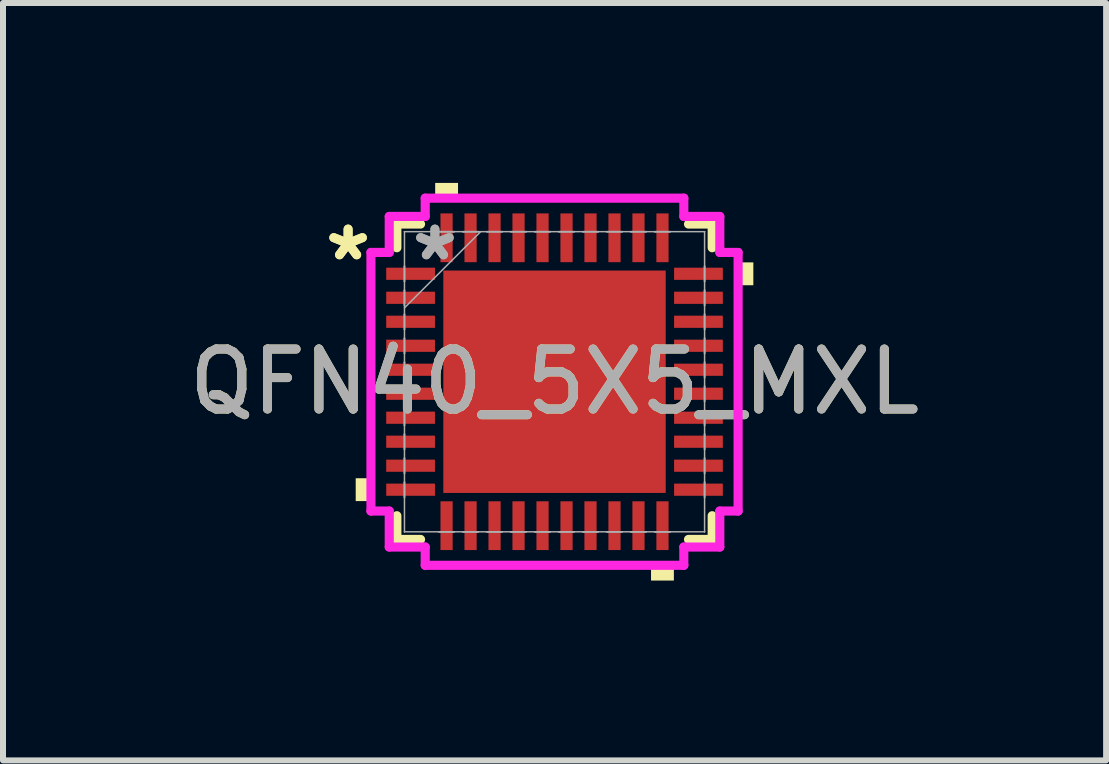
<source format=kicad_pcb>
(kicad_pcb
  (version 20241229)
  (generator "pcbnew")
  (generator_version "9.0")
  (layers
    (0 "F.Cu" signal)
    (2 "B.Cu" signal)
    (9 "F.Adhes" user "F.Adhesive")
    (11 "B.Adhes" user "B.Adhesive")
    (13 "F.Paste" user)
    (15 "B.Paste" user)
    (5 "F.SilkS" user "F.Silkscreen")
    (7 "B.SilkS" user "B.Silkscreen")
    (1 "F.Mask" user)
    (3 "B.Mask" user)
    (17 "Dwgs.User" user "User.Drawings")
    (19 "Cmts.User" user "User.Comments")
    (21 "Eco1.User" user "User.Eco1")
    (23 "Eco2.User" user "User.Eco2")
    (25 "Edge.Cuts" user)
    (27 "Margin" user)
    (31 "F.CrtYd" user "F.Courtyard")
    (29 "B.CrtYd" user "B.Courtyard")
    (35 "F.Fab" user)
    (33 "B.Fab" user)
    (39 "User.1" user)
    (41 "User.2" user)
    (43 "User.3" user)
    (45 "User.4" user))
  (footprint "QFN40_5X5_MXL"
    (layer "F.Cu")
    (at 6.196 3.315)
    (property "Reference" "QFN40_5X5_MXL" (at 0 0 0) (unlocked yes) (layer "F.SilkS") (effects (font (size 1 1) (thickness 0.15))))
    (attr smd)
    (fp_line (start -2.629 -2.629) (end -2.629 -2.234) (stroke (width 0.152) (type solid)) (layer "F.SilkS"))
    (fp_line (start -2.629 2.234) (end -2.629 2.629) (stroke (width 0.152) (type solid)) (layer "F.SilkS"))
    (fp_line (start -2.629 2.629) (end -2.234 2.629) (stroke (width 0.152) (type solid)) (layer "F.SilkS"))
    (fp_line (start -2.234 -2.629) (end -2.629 -2.629) (stroke (width 0.152) (type solid)) (layer "F.SilkS"))
    (fp_line (start 2.234 2.629) (end 2.629 2.629) (stroke (width 0.152) (type solid)) (layer "F.SilkS"))
    (fp_line (start 2.629 -2.629) (end 2.234 -2.629) (stroke (width 0.152) (type solid)) (layer "F.SilkS"))
    (fp_line (start 2.629 -2.234) (end 2.629 -2.629) (stroke (width 0.152) (type solid)) (layer "F.SilkS"))
    (fp_line (start 2.629 2.629) (end 2.629 2.234) (stroke (width 0.152) (type solid)) (layer "F.SilkS"))
    (fp_poly (pts (xy -3.315 1.609) (xy -3.315 1.99) (xy -3.061 1.99) (xy -3.061 1.609)) (stroke (width 0) (type solid)) (fill yes) (layer "F.SilkS"))
    (fp_poly (pts (xy -1.99 -3.061) (xy -1.99 -3.315) (xy -1.609 -3.315) (xy -1.609 -3.061)) (stroke (width 0) (type solid)) (fill yes) (layer "F.SilkS"))
    (fp_poly (pts (xy 1.609 3.061) (xy 1.609 3.315) (xy 1.99 3.315) (xy 1.99 3.061)) (stroke (width 0) (type solid)) (fill yes) (layer "F.SilkS"))
    (fp_poly (pts (xy 3.315 -1.99) (xy 3.315 -1.609) (xy 3.061 -1.609) (xy 3.061 -1.99)) (stroke (width 0) (type solid)) (fill yes) (layer "F.SilkS"))
    (fp_poly (pts (xy -1.754 -1.754) (xy -1.754 -0.1) (xy -0.1 -0.1) (xy -0.1 -1.754)) (stroke (width 0) (type solid)) (fill yes) (layer "F.Paste"))
    (fp_poly (pts (xy -1.754 0.1) (xy -1.754 1.754) (xy -0.1 1.754) (xy -0.1 0.1)) (stroke (width 0) (type solid)) (fill yes) (layer "F.Paste"))
    (fp_poly (pts (xy 0.1 -1.754) (xy 0.1 -0.1) (xy 1.754 -0.1) (xy 1.754 -1.754)) (stroke (width 0) (type solid)) (fill yes) (layer "F.Paste"))
    (fp_poly (pts (xy 0.1 0.1) (xy 0.1 1.754) (xy 1.754 1.754) (xy 1.754 0.1)) (stroke (width 0) (type solid)) (fill yes) (layer "F.Paste"))
    (fp_line (start -3.061 -2.156) (end -2.756 -2.156) (stroke (width 0.152) (type solid)) (layer "F.CrtYd"))
    (fp_line (start -3.061 2.156) (end -3.061 -2.156) (stroke (width 0.152) (type solid)) (layer "F.CrtYd"))
    (fp_line (start -2.756 -2.756) (end -2.156 -2.756) (stroke (width 0.152) (type solid)) (layer "F.CrtYd"))
    (fp_line (start -2.756 -2.156) (end -2.756 -2.756) (stroke (width 0.152) (type solid)) (layer "F.CrtYd"))
    (fp_line (start -2.756 2.156) (end -3.061 2.156) (stroke (width 0.152) (type solid)) (layer "F.CrtYd"))
    (fp_line (start -2.756 2.756) (end -2.756 2.156) (stroke (width 0.152) (type solid)) (layer "F.CrtYd"))
    (fp_line (start -2.156 -3.061) (end 2.156 -3.061) (stroke (width 0.152) (type solid)) (layer "F.CrtYd"))
    (fp_line (start -2.156 -2.756) (end -2.156 -3.061) (stroke (width 0.152) (type solid)) (layer "F.CrtYd"))
    (fp_line (start -2.156 2.756) (end -2.756 2.756) (stroke (width 0.152) (type solid)) (layer "F.CrtYd"))
    (fp_line (start -2.156 3.061) (end -2.156 2.756) (stroke (width 0.152) (type solid)) (layer "F.CrtYd"))
    (fp_line (start 2.156 -3.061) (end 2.156 -2.756) (stroke (width 0.152) (type solid)) (layer "F.CrtYd"))
    (fp_line (start 2.156 -2.756) (end 2.756 -2.756) (stroke (width 0.152) (type solid)) (layer "F.CrtYd"))
    (fp_line (start 2.156 2.756) (end 2.156 3.061) (stroke (width 0.152) (type solid)) (layer "F.CrtYd"))
    (fp_line (start 2.156 3.061) (end -2.156 3.061) (stroke (width 0.152) (type solid)) (layer "F.CrtYd"))
    (fp_line (start 2.756 -2.756) (end 2.756 -2.156) (stroke (width 0.152) (type solid)) (layer "F.CrtYd"))
    (fp_line (start 2.756 -2.156) (end 3.061 -2.156) (stroke (width 0.152) (type solid)) (layer "F.CrtYd"))
    (fp_line (start 2.756 2.156) (end 2.756 2.756) (stroke (width 0.152) (type solid)) (layer "F.CrtYd"))
    (fp_line (start 2.756 2.756) (end 2.156 2.756) (stroke (width 0.152) (type solid)) (layer "F.CrtYd"))
    (fp_line (start 3.061 -2.156) (end 3.061 2.156) (stroke (width 0.152) (type solid)) (layer "F.CrtYd"))
    (fp_line (start 3.061 2.156) (end 2.756 2.156) (stroke (width 0.152) (type solid)) (layer "F.CrtYd"))
    (fp_line (start -2.502 -2.502) (end -2.502 -2.502) (stroke (width 0.025) (type solid)) (layer "F.Fab"))
    (fp_line (start -2.502 -2.502) (end -2.502 2.502) (stroke (width 0.025) (type solid)) (layer "F.Fab"))
    (fp_line (start -2.502 -1.927) (end -2.502 -1.927) (stroke (width 0.025) (type solid)) (layer "F.Fab"))
    (fp_line (start -2.502 -1.927) (end -2.502 -1.673) (stroke (width 0.025) (type solid)) (layer "F.Fab"))
    (fp_line (start -2.502 -1.673) (end -2.502 -1.927) (stroke (width 0.025) (type solid)) (layer "F.Fab"))
    (fp_line (start -2.502 -1.673) (end -2.502 -1.673) (stroke (width 0.025) (type solid)) (layer "F.Fab"))
    (fp_line (start -2.502 -1.527) (end -2.502 -1.527) (stroke (width 0.025) (type solid)) (layer "F.Fab"))
    (fp_line (start -2.502 -1.527) (end -2.502 -1.273) (stroke (width 0.025) (type solid)) (layer "F.Fab"))
    (fp_line (start -2.502 -1.273) (end -2.502 -1.527) (stroke (width 0.025) (type solid)) (layer "F.Fab"))
    (fp_line (start -2.502 -1.273) (end -2.502 -1.273) (stroke (width 0.025) (type solid)) (layer "F.Fab"))
    (fp_line (start -2.502 -1.232) (end -1.232 -2.502) (stroke (width 0.025) (type solid)) (layer "F.Fab"))
    (fp_line (start -2.502 -1.127) (end -2.502 -1.127) (stroke (width 0.025) (type solid)) (layer "F.Fab"))
    (fp_line (start -2.502 -1.127) (end -2.502 -0.873) (stroke (width 0.025) (type solid)) (layer "F.Fab"))
    (fp_line (start -2.502 -0.873) (end -2.502 -1.127) (stroke (width 0.025) (type solid)) (layer "F.Fab"))
    (fp_line (start -2.502 -0.873) (end -2.502 -0.873) (stroke (width 0.025) (type solid)) (layer "F.Fab"))
    (fp_line (start -2.502 -0.727) (end -2.502 -0.727) (stroke (width 0.025) (type solid)) (layer "F.Fab"))
    (fp_line (start -2.502 -0.727) (end -2.502 -0.473) (stroke (width 0.025) (type solid)) (layer "F.Fab"))
    (fp_line (start -2.502 -0.473) (end -2.502 -0.727) (stroke (width 0.025) (type solid)) (layer "F.Fab"))
    (fp_line (start -2.502 -0.473) (end -2.502 -0.473) (stroke (width 0.025) (type solid)) (layer "F.Fab"))
    (fp_line (start -2.502 -0.327) (end -2.502 -0.327) (stroke (width 0.025) (type solid)) (layer "F.Fab"))
    (fp_line (start -2.502 -0.327) (end -2.502 -0.073) (stroke (width 0.025) (type solid)) (layer "F.Fab"))
    (fp_line (start -2.502 -0.073) (end -2.502 -0.327) (stroke (width 0.025) (type solid)) (layer "F.Fab"))
    (fp_line (start -2.502 -0.073) (end -2.502 -0.073) (stroke (width 0.025) (type solid)) (layer "F.Fab"))
    (fp_line (start -2.502 0.073) (end -2.502 0.073) (stroke (width 0.025) (type solid)) (layer "F.Fab"))
    (fp_line (start -2.502 0.073) (end -2.502 0.327) (stroke (width 0.025) (type solid)) (layer "F.Fab"))
    (fp_line (start -2.502 0.327) (end -2.502 0.073) (stroke (width 0.025) (type solid)) (layer "F.Fab"))
    (fp_line (start -2.502 0.327) (end -2.502 0.327) (stroke (width 0.025) (type solid)) (layer "F.Fab"))
    (fp_line (start -2.502 0.473) (end -2.502 0.473) (stroke (width 0.025) (type solid)) (layer "F.Fab"))
    (fp_line (start -2.502 0.473) (end -2.502 0.727) (stroke (width 0.025) (type solid)) (layer "F.Fab"))
    (fp_line (start -2.502 0.727) (end -2.502 0.473) (stroke (width 0.025) (type solid)) (layer "F.Fab"))
    (fp_line (start -2.502 0.727) (end -2.502 0.727) (stroke (width 0.025) (type solid)) (layer "F.Fab"))
    (fp_line (start -2.502 0.873) (end -2.502 0.873) (stroke (width 0.025) (type solid)) (layer "F.Fab"))
    (fp_line (start -2.502 0.873) (end -2.502 1.127) (stroke (width 0.025) (type solid)) (layer "F.Fab"))
    (fp_line (start -2.502 1.127) (end -2.502 0.873) (stroke (width 0.025) (type solid)) (layer "F.Fab"))
    (fp_line (start -2.502 1.127) (end -2.502 1.127) (stroke (width 0.025) (type solid)) (layer "F.Fab"))
    (fp_line (start -2.502 1.273) (end -2.502 1.273) (stroke (width 0.025) (type solid)) (layer "F.Fab"))
    (fp_line (start -2.502 1.273) (end -2.502 1.527) (stroke (width 0.025) (type solid)) (layer "F.Fab"))
    (fp_line (start -2.502 1.527) (end -2.502 1.273) (stroke (width 0.025) (type solid)) (layer "F.Fab"))
    (fp_line (start -2.502 1.527) (end -2.502 1.527) (stroke (width 0.025) (type solid)) (layer "F.Fab"))
    (fp_line (start -2.502 1.673) (end -2.502 1.673) (stroke (width 0.025) (type solid)) (layer "F.Fab"))
    (fp_line (start -2.502 1.673) (end -2.502 1.927) (stroke (width 0.025) (type solid)) (layer "F.Fab"))
    (fp_line (start -2.502 1.927) (end -2.502 1.673) (stroke (width 0.025) (type solid)) (layer "F.Fab"))
    (fp_line (start -2.502 1.927) (end -2.502 1.927) (stroke (width 0.025) (type solid)) (layer "F.Fab"))
    (fp_line (start -2.502 2.502) (end -2.502 2.502) (stroke (width 0.025) (type solid)) (layer "F.Fab"))
    (fp_line (start -2.502 2.502) (end 2.502 2.502) (stroke (width 0.025) (type solid)) (layer "F.Fab"))
    (fp_line (start -1.927 -2.502) (end -1.927 -2.502) (stroke (width 0.025) (type solid)) (layer "F.Fab"))
    (fp_line (start -1.927 -2.502) (end -1.673 -2.502) (stroke (width 0.025) (type solid)) (layer "F.Fab"))
    (fp_line (start -1.927 2.502) (end -1.927 2.502) (stroke (width 0.025) (type solid)) (layer "F.Fab"))
    (fp_line (start -1.927 2.502) (end -1.673 2.502) (stroke (width 0.025) (type solid)) (layer "F.Fab"))
    (fp_line (start -1.673 -2.502) (end -1.927 -2.502) (stroke (width 0.025) (type solid)) (layer "F.Fab"))
    (fp_line (start -1.673 -2.502) (end -1.673 -2.502) (stroke (width 0.025) (type solid)) (layer "F.Fab"))
    (fp_line (start -1.673 2.502) (end -1.927 2.502) (stroke (width 0.025) (type solid)) (layer "F.Fab"))
    (fp_line (start -1.673 2.502) (end -1.673 2.502) (stroke (width 0.025) (type solid)) (layer "F.Fab"))
    (fp_line (start -1.527 -2.502) (end -1.527 -2.502) (stroke (width 0.025) (type solid)) (layer "F.Fab"))
    (fp_line (start -1.527 -2.502) (end -1.273 -2.502) (stroke (width 0.025) (type solid)) (layer "F.Fab"))
    (fp_line (start -1.527 2.502) (end -1.527 2.502) (stroke (width 0.025) (type solid)) (layer "F.Fab"))
    (fp_line (start -1.527 2.502) (end -1.273 2.502) (stroke (width 0.025) (type solid)) (layer "F.Fab"))
    (fp_line (start -1.273 -2.502) (end -1.527 -2.502) (stroke (width 0.025) (type solid)) (layer "F.Fab"))
    (fp_line (start -1.273 -2.502) (end -1.273 -2.502) (stroke (width 0.025) (type solid)) (layer "F.Fab"))
    (fp_line (start -1.273 2.502) (end -1.527 2.502) (stroke (width 0.025) (type solid)) (layer "F.Fab"))
    (fp_line (start -1.273 2.502) (end -1.273 2.502) (stroke (width 0.025) (type solid)) (layer "F.Fab"))
    (fp_line (start -1.127 -2.502) (end -1.127 -2.502) (stroke (width 0.025) (type solid)) (layer "F.Fab"))
    (fp_line (start -1.127 -2.502) (end -0.873 -2.502) (stroke (width 0.025) (type solid)) (layer "F.Fab"))
    (fp_line (start -1.127 2.502) (end -1.127 2.502) (stroke (width 0.025) (type solid)) (layer "F.Fab"))
    (fp_line (start -1.127 2.502) (end -0.873 2.502) (stroke (width 0.025) (type solid)) (layer "F.Fab"))
    (fp_line (start -0.873 -2.502) (end -1.127 -2.502) (stroke (width 0.025) (type solid)) (layer "F.Fab"))
    (fp_line (start -0.873 -2.502) (end -0.873 -2.502) (stroke (width 0.025) (type solid)) (layer "F.Fab"))
    (fp_line (start -0.873 2.502) (end -1.127 2.502) (stroke (width 0.025) (type solid)) (layer "F.Fab"))
    (fp_line (start -0.873 2.502) (end -0.873 2.502) (stroke (width 0.025) (type solid)) (layer "F.Fab"))
    (fp_line (start -0.727 -2.502) (end -0.727 -2.502) (stroke (width 0.025) (type solid)) (layer "F.Fab"))
    (fp_line (start -0.727 -2.502) (end -0.473 -2.502) (stroke (width 0.025) (type solid)) (layer "F.Fab"))
    (fp_line (start -0.727 2.502) (end -0.727 2.502) (stroke (width 0.025) (type solid)) (layer "F.Fab"))
    (fp_line (start -0.727 2.502) (end -0.473 2.502) (stroke (width 0.025) (type solid)) (layer "F.Fab"))
    (fp_line (start -0.473 -2.502) (end -0.727 -2.502) (stroke (width 0.025) (type solid)) (layer "F.Fab"))
    (fp_line (start -0.473 -2.502) (end -0.473 -2.502) (stroke (width 0.025) (type solid)) (layer "F.Fab"))
    (fp_line (start -0.473 2.502) (end -0.727 2.502) (stroke (width 0.025) (type solid)) (layer "F.Fab"))
    (fp_line (start -0.473 2.502) (end -0.473 2.502) (stroke (width 0.025) (type solid)) (layer "F.Fab"))
    (fp_line (start -0.327 -2.502) (end -0.327 -2.502) (stroke (width 0.025) (type solid)) (layer "F.Fab"))
    (fp_line (start -0.327 -2.502) (end -0.073 -2.502) (stroke (width 0.025) (type solid)) (layer "F.Fab"))
    (fp_line (start -0.327 2.502) (end -0.327 2.502) (stroke (width 0.025) (type solid)) (layer "F.Fab"))
    (fp_line (start -0.327 2.502) (end -0.073 2.502) (stroke (width 0.025) (type solid)) (layer "F.Fab"))
    (fp_line (start -0.073 -2.502) (end -0.327 -2.502) (stroke (width 0.025) (type solid)) (layer "F.Fab"))
    (fp_line (start -0.073 -2.502) (end -0.073 -2.502) (stroke (width 0.025) (type solid)) (layer "F.Fab"))
    (fp_line (start -0.073 2.502) (end -0.327 2.502) (stroke (width 0.025) (type solid)) (layer "F.Fab"))
    (fp_line (start -0.073 2.502) (end -0.073 2.502) (stroke (width 0.025) (type solid)) (layer "F.Fab"))
    (fp_line (start 0.073 -2.502) (end 0.073 -2.502) (stroke (width 0.025) (type solid)) (layer "F.Fab"))
    (fp_line (start 0.073 -2.502) (end 0.327 -2.502) (stroke (width 0.025) (type solid)) (layer "F.Fab"))
    (fp_line (start 0.073 2.502) (end 0.073 2.502) (stroke (width 0.025) (type solid)) (layer "F.Fab"))
    (fp_line (start 0.073 2.502) (end 0.327 2.502) (stroke (width 0.025) (type solid)) (layer "F.Fab"))
    (fp_line (start 0.327 -2.502) (end 0.073 -2.502) (stroke (width 0.025) (type solid)) (layer "F.Fab"))
    (fp_line (start 0.327 -2.502) (end 0.327 -2.502) (stroke (width 0.025) (type solid)) (layer "F.Fab"))
    (fp_line (start 0.327 2.502) (end 0.073 2.502) (stroke (width 0.025) (type solid)) (layer "F.Fab"))
    (fp_line (start 0.327 2.502) (end 0.327 2.502) (stroke (width 0.025) (type solid)) (layer "F.Fab"))
    (fp_line (start 0.473 -2.502) (end 0.473 -2.502) (stroke (width 0.025) (type solid)) (layer "F.Fab"))
    (fp_line (start 0.473 -2.502) (end 0.727 -2.502) (stroke (width 0.025) (type solid)) (layer "F.Fab"))
    (fp_line (start 0.473 2.502) (end 0.473 2.502) (stroke (width 0.025) (type solid)) (layer "F.Fab"))
    (fp_line (start 0.473 2.502) (end 0.727 2.502) (stroke (width 0.025) (type solid)) (layer "F.Fab"))
    (fp_line (start 0.727 -2.502) (end 0.473 -2.502) (stroke (width 0.025) (type solid)) (layer "F.Fab"))
    (fp_line (start 0.727 -2.502) (end 0.727 -2.502) (stroke (width 0.025) (type solid)) (layer "F.Fab"))
    (fp_line (start 0.727 2.502) (end 0.473 2.502) (stroke (width 0.025) (type solid)) (layer "F.Fab"))
    (fp_line (start 0.727 2.502) (end 0.727 2.502) (stroke (width 0.025) (type solid)) (layer "F.Fab"))
    (fp_line (start 0.873 -2.502) (end 0.873 -2.502) (stroke (width 0.025) (type solid)) (layer "F.Fab"))
    (fp_line (start 0.873 -2.502) (end 1.127 -2.502) (stroke (width 0.025) (type solid)) (layer "F.Fab"))
    (fp_line (start 0.873 2.502) (end 0.873 2.502) (stroke (width 0.025) (type solid)) (layer "F.Fab"))
    (fp_line (start 0.873 2.502) (end 1.127 2.502) (stroke (width 0.025) (type solid)) (layer "F.Fab"))
    (fp_line (start 1.127 -2.502) (end 0.873 -2.502) (stroke (width 0.025) (type solid)) (layer "F.Fab"))
    (fp_line (start 1.127 -2.502) (end 1.127 -2.502) (stroke (width 0.025) (type solid)) (layer "F.Fab"))
    (fp_line (start 1.127 2.502) (end 0.873 2.502) (stroke (width 0.025) (type solid)) (layer "F.Fab"))
    (fp_line (start 1.127 2.502) (end 1.127 2.502) (stroke (width 0.025) (type solid)) (layer "F.Fab"))
    (fp_line (start 1.273 -2.502) (end 1.273 -2.502) (stroke (width 0.025) (type solid)) (layer "F.Fab"))
    (fp_line (start 1.273 -2.502) (end 1.527 -2.502) (stroke (width 0.025) (type solid)) (layer "F.Fab"))
    (fp_line (start 1.273 2.502) (end 1.273 2.502) (stroke (width 0.025) (type solid)) (layer "F.Fab"))
    (fp_line (start 1.273 2.502) (end 1.527 2.502) (stroke (width 0.025) (type solid)) (layer "F.Fab"))
    (fp_line (start 1.527 -2.502) (end 1.273 -2.502) (stroke (width 0.025) (type solid)) (layer "F.Fab"))
    (fp_line (start 1.527 -2.502) (end 1.527 -2.502) (stroke (width 0.025) (type solid)) (layer "F.Fab"))
    (fp_line (start 1.527 2.502) (end 1.273 2.502) (stroke (width 0.025) (type solid)) (layer "F.Fab"))
    (fp_line (start 1.527 2.502) (end 1.527 2.502) (stroke (width 0.025) (type solid)) (layer "F.Fab"))
    (fp_line (start 1.673 -2.502) (end 1.673 -2.502) (stroke (width 0.025) (type solid)) (layer "F.Fab"))
    (fp_line (start 1.673 -2.502) (end 1.927 -2.502) (stroke (width 0.025) (type solid)) (layer "F.Fab"))
    (fp_line (start 1.673 2.502) (end 1.673 2.502) (stroke (width 0.025) (type solid)) (layer "F.Fab"))
    (fp_line (start 1.673 2.502) (end 1.927 2.502) (stroke (width 0.025) (type solid)) (layer "F.Fab"))
    (fp_line (start 1.927 -2.502) (end 1.673 -2.502) (stroke (width 0.025) (type solid)) (layer "F.Fab"))
    (fp_line (start 1.927 -2.502) (end 1.927 -2.502) (stroke (width 0.025) (type solid)) (layer "F.Fab"))
    (fp_line (start 1.927 2.502) (end 1.673 2.502) (stroke (width 0.025) (type solid)) (layer "F.Fab"))
    (fp_line (start 1.927 2.502) (end 1.927 2.502) (stroke (width 0.025) (type solid)) (layer "F.Fab"))
    (fp_line (start 2.502 -2.502) (end -2.502 -2.502) (stroke (width 0.025) (type solid)) (layer "F.Fab"))
    (fp_line (start 2.502 -2.502) (end 2.502 -2.502) (stroke (width 0.025) (type solid)) (layer "F.Fab"))
    (fp_line (start 2.502 -1.927) (end 2.502 -1.927) (stroke (width 0.025) (type solid)) (layer "F.Fab"))
    (fp_line (start 2.502 -1.927) (end 2.502 -1.673) (stroke (width 0.025) (type solid)) (layer "F.Fab"))
    (fp_line (start 2.502 -1.673) (end 2.502 -1.927) (stroke (width 0.025) (type solid)) (layer "F.Fab"))
    (fp_line (start 2.502 -1.673) (end 2.502 -1.673) (stroke (width 0.025) (type solid)) (layer "F.Fab"))
    (fp_line (start 2.502 -1.527) (end 2.502 -1.527) (stroke (width 0.025) (type solid)) (layer "F.Fab"))
    (fp_line (start 2.502 -1.527) (end 2.502 -1.273) (stroke (width 0.025) (type solid)) (layer "F.Fab"))
    (fp_line (start 2.502 -1.273) (end 2.502 -1.527) (stroke (width 0.025) (type solid)) (layer "F.Fab"))
    (fp_line (start 2.502 -1.273) (end 2.502 -1.273) (stroke (width 0.025) (type solid)) (layer "F.Fab"))
    (fp_line (start 2.502 -1.127) (end 2.502 -1.127) (stroke (width 0.025) (type solid)) (layer "F.Fab"))
    (fp_line (start 2.502 -1.127) (end 2.502 -0.873) (stroke (width 0.025) (type solid)) (layer "F.Fab"))
    (fp_line (start 2.502 -0.873) (end 2.502 -1.127) (stroke (width 0.025) (type solid)) (layer "F.Fab"))
    (fp_line (start 2.502 -0.873) (end 2.502 -0.873) (stroke (width 0.025) (type solid)) (layer "F.Fab"))
    (fp_line (start 2.502 -0.727) (end 2.502 -0.727) (stroke (width 0.025) (type solid)) (layer "F.Fab"))
    (fp_line (start 2.502 -0.727) (end 2.502 -0.473) (stroke (width 0.025) (type solid)) (layer "F.Fab"))
    (fp_line (start 2.502 -0.473) (end 2.502 -0.727) (stroke (width 0.025) (type solid)) (layer "F.Fab"))
    (fp_line (start 2.502 -0.473) (end 2.502 -0.473) (stroke (width 0.025) (type solid)) (layer "F.Fab"))
    (fp_line (start 2.502 -0.327) (end 2.502 -0.327) (stroke (width 0.025) (type solid)) (layer "F.Fab"))
    (fp_line (start 2.502 -0.327) (end 2.502 -0.073) (stroke (width 0.025) (type solid)) (layer "F.Fab"))
    (fp_line (start 2.502 -0.073) (end 2.502 -0.327) (stroke (width 0.025) (type solid)) (layer "F.Fab"))
    (fp_line (start 2.502 -0.073) (end 2.502 -0.073) (stroke (width 0.025) (type solid)) (layer "F.Fab"))
    (fp_line (start 2.502 0.073) (end 2.502 0.073) (stroke (width 0.025) (type solid)) (layer "F.Fab"))
    (fp_line (start 2.502 0.073) (end 2.502 0.327) (stroke (width 0.025) (type solid)) (layer "F.Fab"))
    (fp_line (start 2.502 0.327) (end 2.502 0.073) (stroke (width 0.025) (type solid)) (layer "F.Fab"))
    (fp_line (start 2.502 0.327) (end 2.502 0.327) (stroke (width 0.025) (type solid)) (layer "F.Fab"))
    (fp_line (start 2.502 0.473) (end 2.502 0.473) (stroke (width 0.025) (type solid)) (layer "F.Fab"))
    (fp_line (start 2.502 0.473) (end 2.502 0.727) (stroke (width 0.025) (type solid)) (layer "F.Fab"))
    (fp_line (start 2.502 0.727) (end 2.502 0.473) (stroke (width 0.025) (type solid)) (layer "F.Fab"))
    (fp_line (start 2.502 0.727) (end 2.502 0.727) (stroke (width 0.025) (type solid)) (layer "F.Fab"))
    (fp_line (start 2.502 0.873) (end 2.502 0.873) (stroke (width 0.025) (type solid)) (layer "F.Fab"))
    (fp_line (start 2.502 0.873) (end 2.502 1.127) (stroke (width 0.025) (type solid)) (layer "F.Fab"))
    (fp_line (start 2.502 1.127) (end 2.502 0.873) (stroke (width 0.025) (type solid)) (layer "F.Fab"))
    (fp_line (start 2.502 1.127) (end 2.502 1.127) (stroke (width 0.025) (type solid)) (layer "F.Fab"))
    (fp_line (start 2.502 1.273) (end 2.502 1.273) (stroke (width 0.025) (type solid)) (layer "F.Fab"))
    (fp_line (start 2.502 1.273) (end 2.502 1.527) (stroke (width 0.025) (type solid)) (layer "F.Fab"))
    (fp_line (start 2.502 1.527) (end 2.502 1.273) (stroke (width 0.025) (type solid)) (layer "F.Fab"))
    (fp_line (start 2.502 1.527) (end 2.502 1.527) (stroke (width 0.025) (type solid)) (layer "F.Fab"))
    (fp_line (start 2.502 1.673) (end 2.502 1.673) (stroke (width 0.025) (type solid)) (layer "F.Fab"))
    (fp_line (start 2.502 1.673) (end 2.502 1.927) (stroke (width 0.025) (type solid)) (layer "F.Fab"))
    (fp_line (start 2.502 1.927) (end 2.502 1.673) (stroke (width 0.025) (type solid)) (layer "F.Fab"))
    (fp_line (start 2.502 1.927) (end 2.502 1.927) (stroke (width 0.025) (type solid)) (layer "F.Fab"))
    (fp_line (start 2.502 2.502) (end 2.502 -2.502) (stroke (width 0.025) (type solid)) (layer "F.Fab"))
    (fp_line (start 2.502 2.502) (end 2.502 2.502) (stroke (width 0.025) (type solid)) (layer "F.Fab"))
    (fp_text user "*" (at -3.442 -2 0) (unlocked yes) (layer "F.SilkS") (effects (font (size 1 1) (thickness 0.15))))
    (fp_text user "*" (at -3.442 -2 0) (layer "F.SilkS") (effects (font (size 1 1) (thickness 0.15))))
    (fp_text user "*" (at -1.994 -2 0) (unlocked yes) (layer "F.Fab") (effects (font (size 1 1) (thickness 0.15))))
    (fp_text user "${REFERENCE}" (at 0 0 0) (unlocked yes) (layer "F.Fab") (effects (font (size 1 1) (thickness 0.15))))
    (fp_text user "*" (at -1.994 -2 0) (layer "F.Fab") (effects (font (size 1 1) (thickness 0.15))))
    (pad "1" smd rect (at -2.4 -1.8 90) (size 0.203 0.813) (layers "F.Cu" "F.Mask" "F.Paste"))
    (pad "2" smd rect (at -2.4 -1.4 90) (size 0.203 0.813) (layers "F.Cu" "F.Mask" "F.Paste"))
    (pad "3" smd rect (at -2.4 -1 90) (size 0.203 0.813) (layers "F.Cu" "F.Mask" "F.Paste"))
    (pad "4" smd rect (at -2.4 -0.6 90) (size 0.203 0.813) (layers "F.Cu" "F.Mask" "F.Paste"))
    (pad "5" smd rect (at -2.4 -0.2 90) (size 0.203 0.813) (layers "F.Cu" "F.Mask" "F.Paste"))
    (pad "6" smd rect (at -2.4 0.2 90) (size 0.203 0.813) (layers "F.Cu" "F.Mask" "F.Paste"))
    (pad "7" smd rect (at -2.4 0.6 90) (size 0.203 0.813) (layers "F.Cu" "F.Mask" "F.Paste"))
    (pad "8" smd rect (at -2.4 1 90) (size 0.203 0.813) (layers "F.Cu" "F.Mask" "F.Paste"))
    (pad "9" smd rect (at -2.4 1.4 90) (size 0.203 0.813) (layers "F.Cu" "F.Mask" "F.Paste"))
    (pad "10" smd rect (at -2.4 1.8 90) (size 0.203 0.813) (layers "F.Cu" "F.Mask" "F.Paste"))
    (pad "11" smd rect (at -1.8 2.4) (size 0.203 0.813) (layers "F.Cu" "F.Mask" "F.Paste"))
    (pad "12" smd rect (at -1.4 2.4) (size 0.203 0.813) (layers "F.Cu" "F.Mask" "F.Paste"))
    (pad "13" smd rect (at -1 2.4) (size 0.203 0.813) (layers "F.Cu" "F.Mask" "F.Paste"))
    (pad "14" smd rect (at -0.6 2.4) (size 0.203 0.813) (layers "F.Cu" "F.Mask" "F.Paste"))
    (pad "15" smd rect (at -0.2 2.4) (size 0.203 0.813) (layers "F.Cu" "F.Mask" "F.Paste"))
    (pad "16" smd rect (at 0.2 2.4) (size 0.203 0.813) (layers "F.Cu" "F.Mask" "F.Paste"))
    (pad "17" smd rect (at 0.6 2.4) (size 0.203 0.813) (layers "F.Cu" "F.Mask" "F.Paste"))
    (pad "18" smd rect (at 1 2.4) (size 0.203 0.813) (layers "F.Cu" "F.Mask" "F.Paste"))
    (pad "19" smd rect (at 1.4 2.4) (size 0.203 0.813) (layers "F.Cu" "F.Mask" "F.Paste"))
    (pad "20" smd rect (at 1.8 2.4) (size 0.203 0.813) (layers "F.Cu" "F.Mask" "F.Paste"))
    (pad "21" smd rect (at 2.4 1.8 90) (size 0.203 0.813) (layers "F.Cu" "F.Mask" "F.Paste"))
    (pad "22" smd rect (at 2.4 1.4 90) (size 0.203 0.813) (layers "F.Cu" "F.Mask" "F.Paste"))
    (pad "23" smd rect (at 2.4 1 90) (size 0.203 0.813) (layers "F.Cu" "F.Mask" "F.Paste"))
    (pad "24" smd rect (at 2.4 0.6 90) (size 0.203 0.813) (layers "F.Cu" "F.Mask" "F.Paste"))
    (pad "25" smd rect (at 2.4 0.2 90) (size 0.203 0.813) (layers "F.Cu" "F.Mask" "F.Paste"))
    (pad "26" smd rect (at 2.4 -0.2 90) (size 0.203 0.813) (layers "F.Cu" "F.Mask" "F.Paste"))
    (pad "27" smd rect (at 2.4 -0.6 90) (size 0.203 0.813) (layers "F.Cu" "F.Mask" "F.Paste"))
    (pad "28" smd rect (at 2.4 -1 90) (size 0.203 0.813) (layers "F.Cu" "F.Mask" "F.Paste"))
    (pad "29" smd rect (at 2.4 -1.4 90) (size 0.203 0.813) (layers "F.Cu" "F.Mask" "F.Paste"))
    (pad "30" smd rect (at 2.4 -1.8 90) (size 0.203 0.813) (layers "F.Cu" "F.Mask" "F.Paste"))
    (pad "31" smd rect (at 1.8 -2.4) (size 0.203 0.813) (layers "F.Cu" "F.Mask" "F.Paste"))
    (pad "32" smd rect (at 1.4 -2.4) (size 0.203 0.813) (layers "F.Cu" "F.Mask" "F.Paste"))
    (pad "33" smd rect (at 1 -2.4) (size 0.203 0.813) (layers "F.Cu" "F.Mask" "F.Paste"))
    (pad "34" smd rect (at 0.6 -2.4) (size 0.203 0.813) (layers "F.Cu" "F.Mask" "F.Paste"))
    (pad "35" smd rect (at 0.2 -2.4) (size 0.203 0.813) (layers "F.Cu" "F.Mask" "F.Paste"))
    (pad "36" smd rect (at -0.2 -2.4) (size 0.203 0.813) (layers "F.Cu" "F.Mask" "F.Paste"))
    (pad "37" smd rect (at -0.6 -2.4) (size 0.203 0.813) (layers "F.Cu" "F.Mask" "F.Paste"))
    (pad "38" smd rect (at -1 -2.4) (size 0.203 0.813) (layers "F.Cu" "F.Mask" "F.Paste"))
    (pad "39" smd rect (at -1.4 -2.4) (size 0.203 0.813) (layers "F.Cu" "F.Mask" "F.Paste"))
    (pad "40" smd rect (at -1.8 -2.4) (size 0.203 0.813) (layers "F.Cu" "F.Mask" "F.Paste"))
    (pad "41" smd rect (at 0 0) (size 3.708 3.708) (layers "F.Cu" "F.Mask" "F.Paste")))
  (gr_rect
    (start -3 -3)
    (end 15.393 9.629)
    (stroke (width 0.1) (type default))
    (fill no)
    (layer "Edge.Cuts")))
</source>
